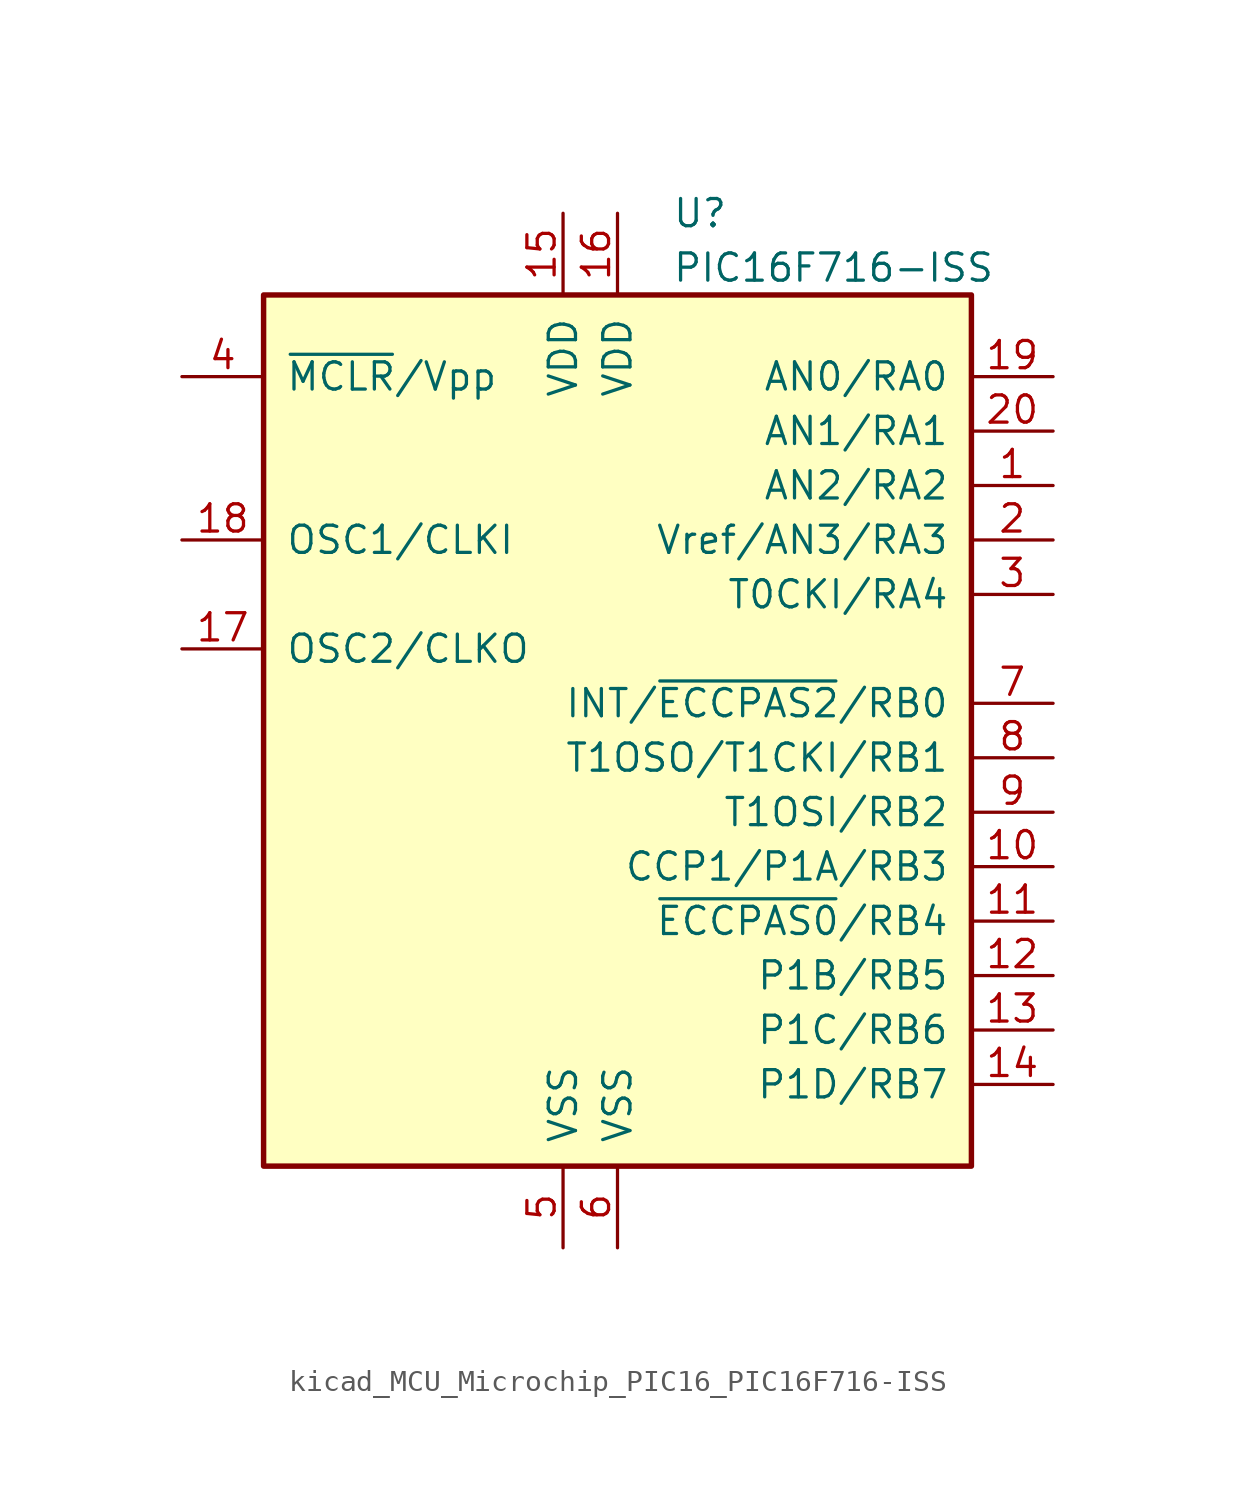
<source format=kicad_sym>
(kicad_symbol_lib
  (version 20220914)
  (generator kicad_symbol_editor)
  (symbol "kicad_MCU_Microchip_PIC16_PIC16F716-ISS"
    (pin_names
      (offset 1.016))
    (property "Reference" "U"
      (at 2.54 22.86 0)
      (effects (font (size 1.27 1.27)) (justify left)))
    (property "Value" "PIC16F716-ISS"
      (at 2.54 20.32 0)
      (effects (font (size 1.27 1.27)) (justify left)))
    (symbol "kicad_MCU_Microchip_PIC16_PIC16F716-ISS_0_1"
      (rectangle (start -16.51 19.05) (end 16.51 -21.59) (stroke (width 0.254) (type default)) (fill (type background))))
    (symbol "kicad_MCU_Microchip_PIC16_PIC16F716-ISS_1_1"
      (pin bidirectional line (at 20.32 10.16 180) (length 3.81) (name "AN2/RA2" (effects (font (size 1.27 1.27)))) (number "1" (effects (font (size 1.27 1.27)))))
      (pin bidirectional line (at 20.32 -7.62 180) (length 3.81) (name "CCP1/P1A/RB3" (effects (font (size 1.27 1.27)))) (number "10" (effects (font (size 1.27 1.27)))))
      (pin bidirectional line (at 20.32 -10.16 180) (length 3.81) (name "~{ECCPAS0}/RB4" (effects (font (size 1.27 1.27)))) (number "11" (effects (font (size 1.27 1.27)))))
      (pin bidirectional line (at 20.32 -12.7 180) (length 3.81) (name "P1B/RB5" (effects (font (size 1.27 1.27)))) (number "12" (effects (font (size 1.27 1.27)))))
      (pin bidirectional line (at 20.32 -15.24 180) (length 3.81) (name "P1C/RB6" (effects (font (size 1.27 1.27)))) (number "13" (effects (font (size 1.27 1.27)))))
      (pin bidirectional line (at 20.32 -17.78 180) (length 3.81) (name "P1D/RB7" (effects (font (size 1.27 1.27)))) (number "14" (effects (font (size 1.27 1.27)))))
      (pin power_in line (at -2.54 22.86 270) (length 3.81) (name "VDD" (effects (font (size 1.27 1.27)))) (number "15" (effects (font (size 1.27 1.27)))))
      (pin power_in line (at 0 22.86 270) (length 3.81) (name "VDD" (effects (font (size 1.27 1.27)))) (number "16" (effects (font (size 1.27 1.27)))))
      (pin output line (at -20.32 2.54 0) (length 3.81) (name "OSC2/CLKO" (effects (font (size 1.27 1.27)))) (number "17" (effects (font (size 1.27 1.27)))))
      (pin input line (at -20.32 7.62 0) (length 3.81) (name "OSC1/CLKI" (effects (font (size 1.27 1.27)))) (number "18" (effects (font (size 1.27 1.27)))))
      (pin bidirectional line (at 20.32 15.24 180) (length 3.81) (name "AN0/RA0" (effects (font (size 1.27 1.27)))) (number "19" (effects (font (size 1.27 1.27)))))
      (pin bidirectional line (at 20.32 7.62 180) (length 3.81) (name "Vref/AN3/RA3" (effects (font (size 1.27 1.27)))) (number "2" (effects (font (size 1.27 1.27)))))
      (pin bidirectional line (at 20.32 12.7 180) (length 3.81) (name "AN1/RA1" (effects (font (size 1.27 1.27)))) (number "20" (effects (font (size 1.27 1.27)))))
      (pin output line (at 20.32 5.08 180) (length 3.81) (name "T0CKI/RA4" (effects (font (size 1.27 1.27)))) (number "3" (effects (font (size 1.27 1.27)))))
      (pin input line (at -20.32 15.24 0) (length 3.81) (name "~{MCLR}/Vpp" (effects (font (size 1.27 1.27)))) (number "4" (effects (font (size 1.27 1.27)))))
      (pin power_in line (at -2.54 -25.4 90) (length 3.81) (name "VSS" (effects (font (size 1.27 1.27)))) (number "5" (effects (font (size 1.27 1.27)))))
      (pin power_in line (at 0 -25.4 90) (length 3.81) (name "VSS" (effects (font (size 1.27 1.27)))) (number "6" (effects (font (size 1.27 1.27)))))
      (pin bidirectional line (at 20.32 0 180) (length 3.81) (name "INT/~{ECCPAS2}/RB0" (effects (font (size 1.27 1.27)))) (number "7" (effects (font (size 1.27 1.27)))))
      (pin bidirectional line (at 20.32 -2.54 180) (length 3.81) (name "T1OSO/T1CKI/RB1" (effects (font (size 1.27 1.27)))) (number "8" (effects (font (size 1.27 1.27)))))
      (pin bidirectional line (at 20.32 -5.08 180) (length 3.81) (name "T1OSI/RB2" (effects (font (size 1.27 1.27)))) (number "9" (effects (font (size 1.27 1.27))))))))
</source>
